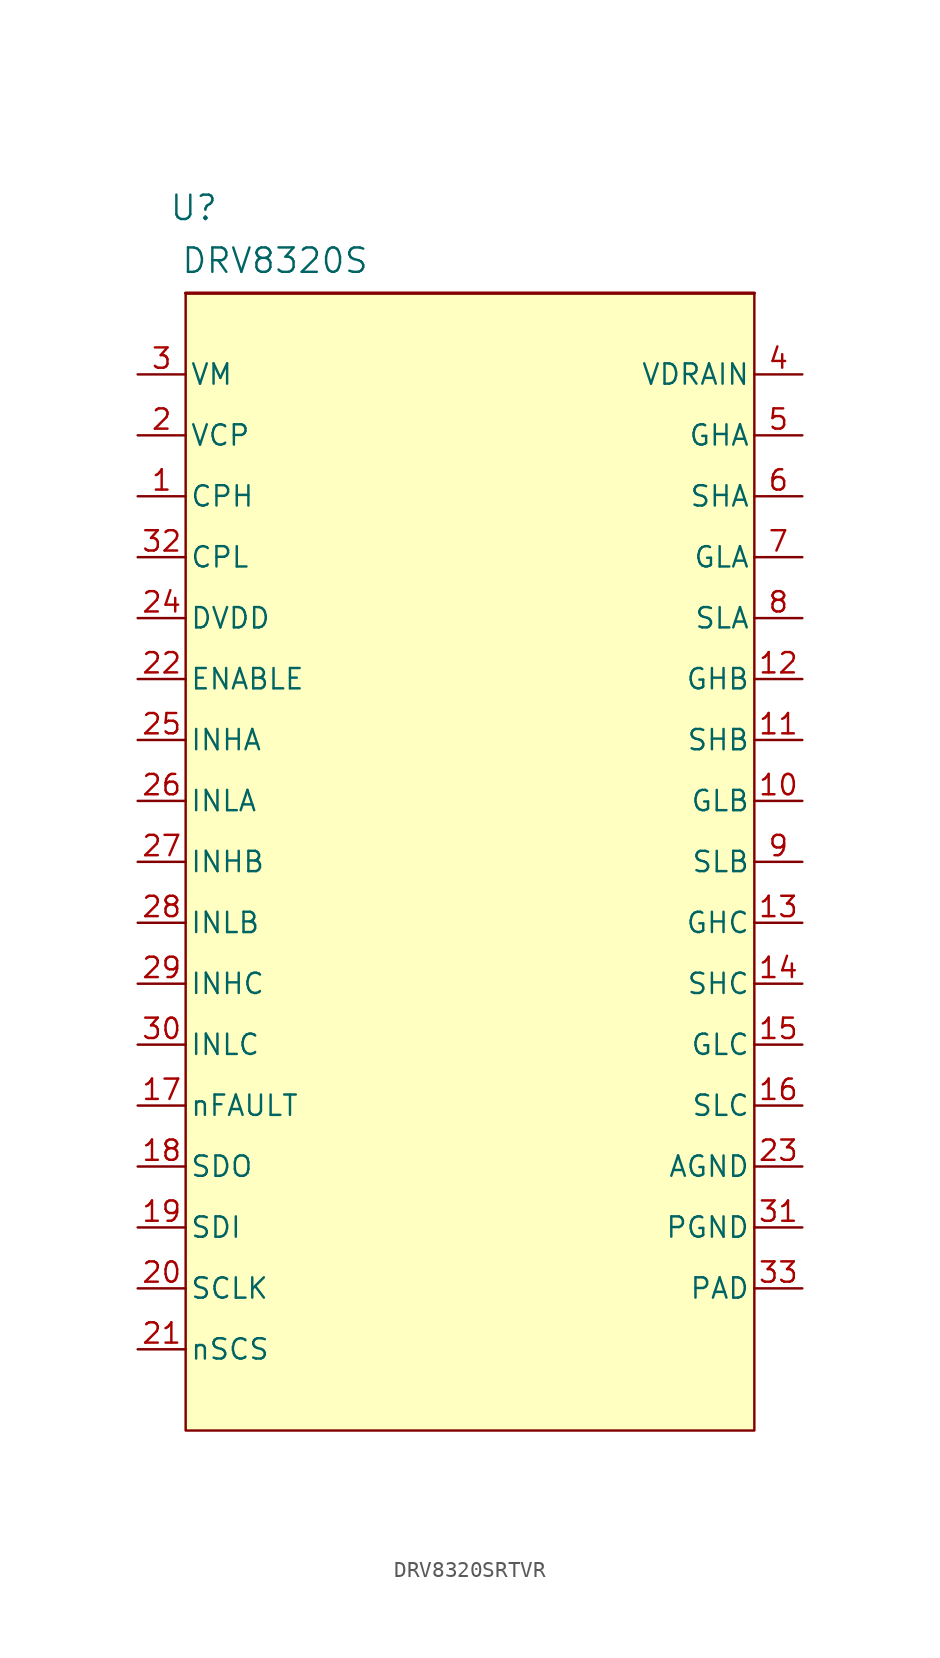
<source format=kicad_sym>
(kicad_symbol_lib
  (version 20231120)
  (generator "kicad_symbol_editor")
  (generator_version "8.0")
  (symbol "DRV8320SRTVR"
    (pin_names
      (offset 0.254))
    (property "Reference" "U"
      (at -17.272 53.594 0)
      (effects (font (size 1.524 1.524))))
    (property "Value" "DRV8320S"
      (at -12.192 50.292 0)
      (effects (font (size 1.524 1.524))))
    (symbol "DRV8320SRTVR_0_1"
      (polyline (pts (xy 17.78 48.26) (xy -17.78 48.26)) (stroke (width 0.203) (type default)) (fill (type color) (color 255 248 26 1))))
    (symbol "DRV8320SRTVR_1_1"
      (rectangle (start -17.78 48.26) (end 17.78 -22.86) (stroke (width 0) (type default)) (fill (type background)))
      (pin power_in line (at -20.78 35.56 0) (length 3) (name "CPH" (effects (font (size 1.27 1.27)))) (number "1" (effects (font (size 1.27 1.27)))))
      (pin output line (at 20.78 16.51 180) (length 3) (name "GLB" (effects (font (size 1.27 1.27)))) (number "10" (effects (font (size 1.27 1.27)))))
      (pin input line (at 20.78 20.32 180) (length 3) (name "SHB" (effects (font (size 1.27 1.27)))) (number "11" (effects (font (size 1.27 1.27)))))
      (pin output line (at 20.78 24.13 180) (length 3) (name "GHB" (effects (font (size 1.27 1.27)))) (number "12" (effects (font (size 1.27 1.27)))))
      (pin output line (at 20.78 8.89 180) (length 3) (name "GHC" (effects (font (size 1.27 1.27)))) (number "13" (effects (font (size 1.27 1.27)))))
      (pin input line (at 20.78 5.08 180) (length 3) (name "SHC" (effects (font (size 1.27 1.27)))) (number "14" (effects (font (size 1.27 1.27)))))
      (pin output line (at 20.78 1.27 180) (length 3) (name "GLC" (effects (font (size 1.27 1.27)))) (number "15" (effects (font (size 1.27 1.27)))))
      (pin input line (at 20.78 -2.54 180) (length 3) (name "SLC" (effects (font (size 1.27 1.27)))) (number "16" (effects (font (size 1.27 1.27)))))
      (pin output line (at -20.78 -2.54 0) (length 3) (name "nFAULT" (effects (font (size 1.27 1.27)))) (number "17" (effects (font (size 1.27 1.27)))))
      (pin output line (at -20.78 -6.35 0) (length 3) (name "SDO" (effects (font (size 1.27 1.27)))) (number "18" (effects (font (size 1.27 1.27)))))
      (pin input line (at -20.78 -10.16 0) (length 3) (name "SDI" (effects (font (size 1.27 1.27)))) (number "19" (effects (font (size 1.27 1.27)))))
      (pin power_out line (at -20.78 39.37 0) (length 3) (name "VCP" (effects (font (size 1.27 1.27)))) (number "2" (effects (font (size 1.27 1.27)))))
      (pin input line (at -20.78 -13.97 0) (length 3) (name "SCLK" (effects (font (size 1.27 1.27)))) (number "20" (effects (font (size 1.27 1.27)))))
      (pin input line (at -20.78 -17.78 0) (length 3) (name "nSCS" (effects (font (size 1.27 1.27)))) (number "21" (effects (font (size 1.27 1.27)))))
      (pin input line (at -20.78 24.13 0) (length 3) (name "ENABLE" (effects (font (size 1.27 1.27)))) (number "22" (effects (font (size 1.27 1.27)))))
      (pin power_in line (at 20.78 -6.35 180) (length 3) (name "AGND" (effects (font (size 1.27 1.27)))) (number "23" (effects (font (size 1.27 1.27)))))
      (pin power_out line (at -20.78 27.94 0) (length 3) (name "DVDD" (effects (font (size 1.27 1.27)))) (number "24" (effects (font (size 1.27 1.27)))))
      (pin input line (at -20.78 20.32 0) (length 3) (name "INHA" (effects (font (size 1.27 1.27)))) (number "25" (effects (font (size 1.27 1.27)))))
      (pin input line (at -20.78 16.51 0) (length 3) (name "INLA" (effects (font (size 1.27 1.27)))) (number "26" (effects (font (size 1.27 1.27)))))
      (pin input line (at -20.78 12.7 0) (length 3) (name "INHB" (effects (font (size 1.27 1.27)))) (number "27" (effects (font (size 1.27 1.27)))))
      (pin input line (at -20.78 8.89 0) (length 3) (name "INLB" (effects (font (size 1.27 1.27)))) (number "28" (effects (font (size 1.27 1.27)))))
      (pin input line (at -20.78 5.08 0) (length 3) (name "INHC" (effects (font (size 1.27 1.27)))) (number "29" (effects (font (size 1.27 1.27)))))
      (pin power_in line (at -20.78 43.18 0) (length 3) (name "VM" (effects (font (size 1.27 1.27)))) (number "3" (effects (font (size 1.27 1.27)))))
      (pin input line (at -20.78 1.27 0) (length 3) (name "INLC" (effects (font (size 1.27 1.27)))) (number "30" (effects (font (size 1.27 1.27)))))
      (pin power_in line (at 20.78 -10.16 180) (length 3) (name "PGND" (effects (font (size 1.27 1.27)))) (number "31" (effects (font (size 1.27 1.27)))))
      (pin power_in line (at -20.78 31.75 0) (length 3) (name "CPL" (effects (font (size 1.27 1.27)))) (number "32" (effects (font (size 1.27 1.27)))))
      (pin power_in line (at 20.78 -13.97 180) (length 3) (name "PAD" (effects (font (size 1.27 1.27)))) (number "33" (effects (font (size 1.27 1.27)))))
      (pin input line (at 20.78 43.18 180) (length 3) (name "VDRAIN" (effects (font (size 1.27 1.27)))) (number "4" (effects (font (size 1.27 1.27)))))
      (pin output line (at 20.78 39.37 180) (length 3) (name "GHA" (effects (font (size 1.27 1.27)))) (number "5" (effects (font (size 1.27 1.27)))))
      (pin input line (at 20.78 35.56 180) (length 3) (name "SHA" (effects (font (size 1.27 1.27)))) (number "6" (effects (font (size 1.27 1.27)))))
      (pin output line (at 20.78 31.75 180) (length 3) (name "GLA" (effects (font (size 1.27 1.27)))) (number "7" (effects (font (size 1.27 1.27)))))
      (pin input line (at 20.78 27.94 180) (length 3) (name "SLA" (effects (font (size 1.27 1.27)))) (number "8" (effects (font (size 1.27 1.27)))))
      (pin input line (at 20.78 12.7 180) (length 3) (name "SLB" (effects (font (size 1.27 1.27)))) (number "9" (effects (font (size 1.27 1.27))))))))
</source>
